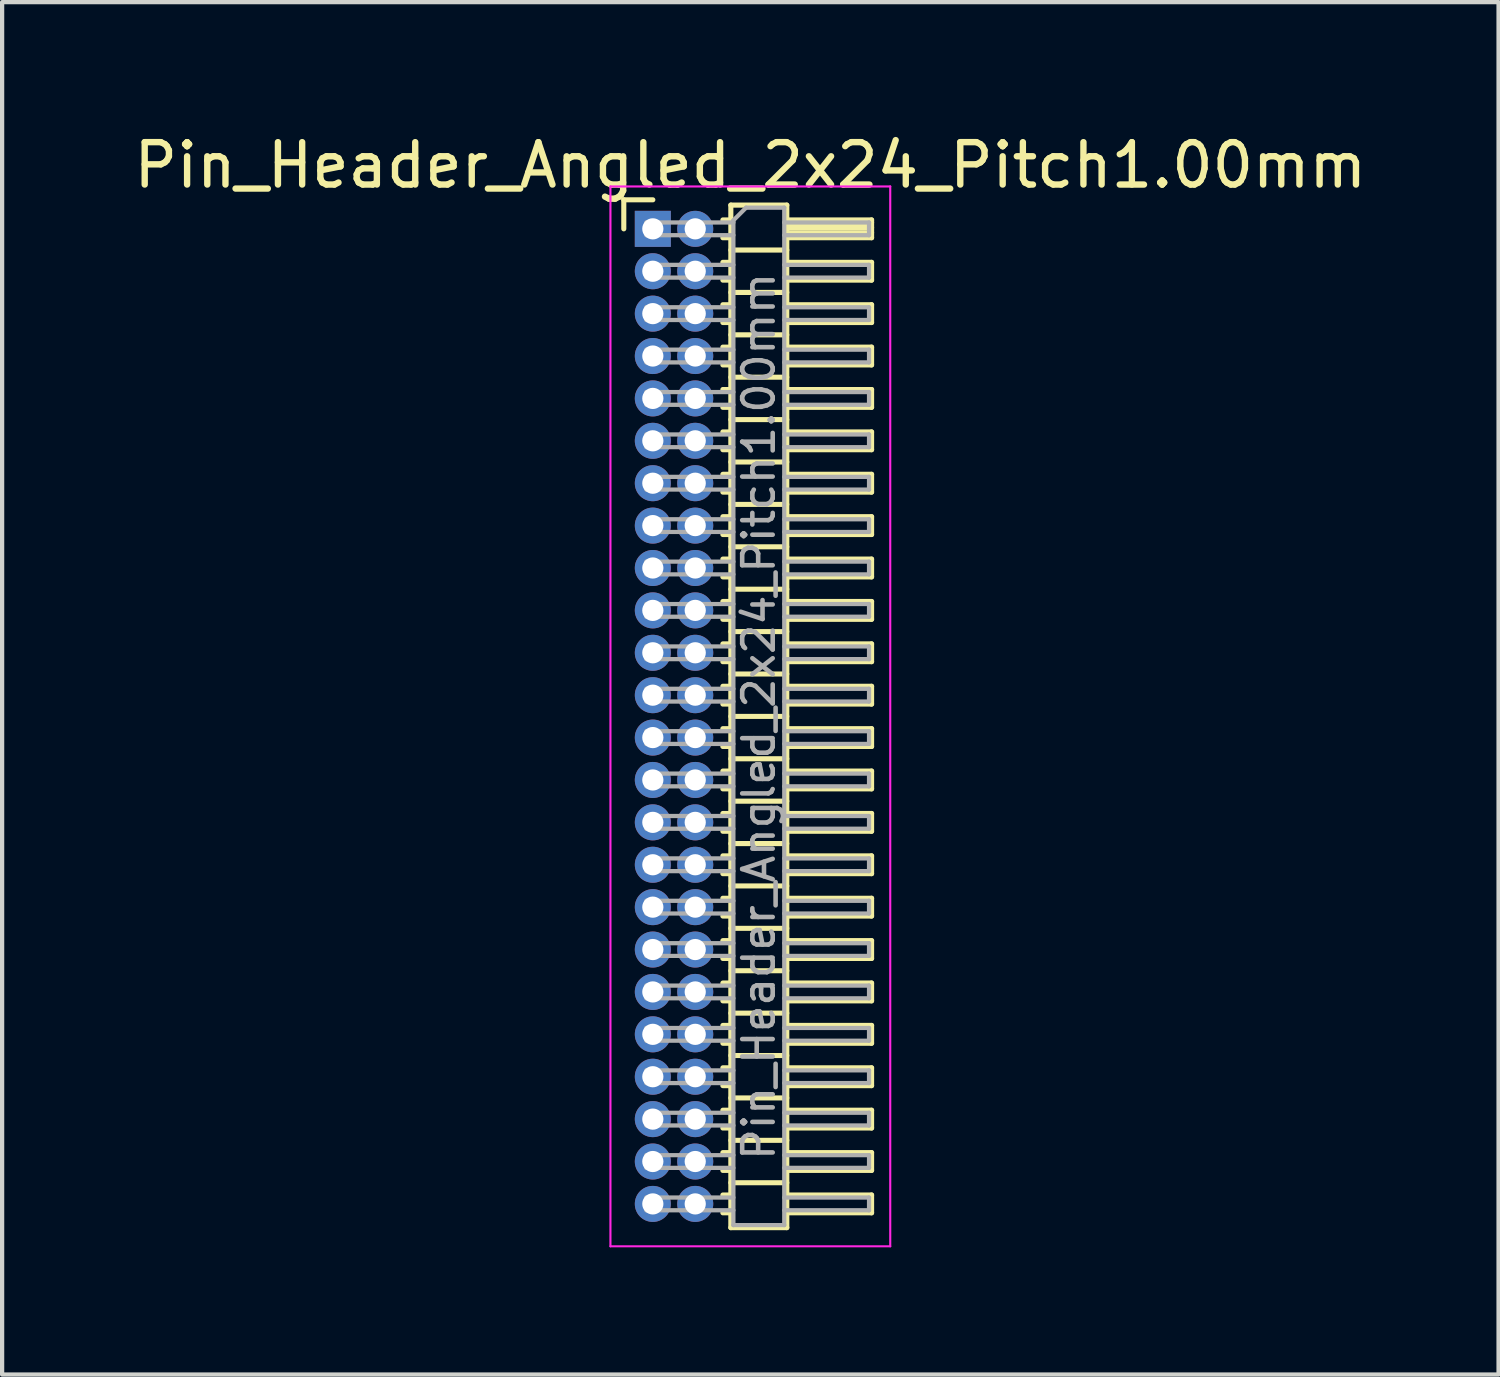
<source format=kicad_pcb>
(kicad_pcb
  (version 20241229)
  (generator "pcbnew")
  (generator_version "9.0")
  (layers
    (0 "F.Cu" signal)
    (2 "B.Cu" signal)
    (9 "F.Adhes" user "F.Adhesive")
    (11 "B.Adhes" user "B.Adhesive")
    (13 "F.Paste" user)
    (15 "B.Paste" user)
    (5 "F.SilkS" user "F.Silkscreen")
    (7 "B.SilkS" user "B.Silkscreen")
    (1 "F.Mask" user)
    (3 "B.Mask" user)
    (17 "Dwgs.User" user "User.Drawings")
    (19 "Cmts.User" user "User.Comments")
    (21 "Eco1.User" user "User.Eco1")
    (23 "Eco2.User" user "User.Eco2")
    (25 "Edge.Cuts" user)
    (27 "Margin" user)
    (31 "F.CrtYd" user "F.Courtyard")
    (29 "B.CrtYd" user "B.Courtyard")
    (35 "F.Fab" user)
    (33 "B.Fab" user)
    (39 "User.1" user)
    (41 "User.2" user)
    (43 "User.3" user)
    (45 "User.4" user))
  (footprint "Pin_Header_Angled_2x24_Pitch1.00mm"
    (layer "F.Cu")
    (at 12.349 2.348)
    (property "Reference" "Pin_Header_Angled_2x24_Pitch1.00mm" (at 2.3 -1.5 0) (layer "F.SilkS") (effects (font (size 1 1) (thickness 0.15))))
    (attr through_hole)
    (fp_line (start -0.685 -0.685) (end 0 -0.685) (stroke (width 0.12) (type solid)) (layer "F.SilkS"))
    (fp_line (start -0.685 0) (end -0.685 -0.685) (stroke (width 0.12) (type solid)) (layer "F.SilkS"))
    (fp_line (start 1.652 -0.21) (end 1.84 -0.21) (stroke (width 0.12) (type solid)) (layer "F.SilkS"))
    (fp_line (start 1.652 0.21) (end 1.84 0.21) (stroke (width 0.12) (type solid)) (layer "F.SilkS"))
    (fp_line (start 1.652 0.79) (end 1.84 0.79) (stroke (width 0.12) (type solid)) (layer "F.SilkS"))
    (fp_line (start 1.652 1.21) (end 1.84 1.21) (stroke (width 0.12) (type solid)) (layer "F.SilkS"))
    (fp_line (start 1.652 1.79) (end 1.84 1.79) (stroke (width 0.12) (type solid)) (layer "F.SilkS"))
    (fp_line (start 1.652 2.21) (end 1.84 2.21) (stroke (width 0.12) (type solid)) (layer "F.SilkS"))
    (fp_line (start 1.652 2.79) (end 1.84 2.79) (stroke (width 0.12) (type solid)) (layer "F.SilkS"))
    (fp_line (start 1.652 3.21) (end 1.84 3.21) (stroke (width 0.12) (type solid)) (layer "F.SilkS"))
    (fp_line (start 1.652 3.79) (end 1.84 3.79) (stroke (width 0.12) (type solid)) (layer "F.SilkS"))
    (fp_line (start 1.652 4.21) (end 1.84 4.21) (stroke (width 0.12) (type solid)) (layer "F.SilkS"))
    (fp_line (start 1.652 4.79) (end 1.84 4.79) (stroke (width 0.12) (type solid)) (layer "F.SilkS"))
    (fp_line (start 1.652 5.21) (end 1.84 5.21) (stroke (width 0.12) (type solid)) (layer "F.SilkS"))
    (fp_line (start 1.652 5.79) (end 1.84 5.79) (stroke (width 0.12) (type solid)) (layer "F.SilkS"))
    (fp_line (start 1.652 6.21) (end 1.84 6.21) (stroke (width 0.12) (type solid)) (layer "F.SilkS"))
    (fp_line (start 1.652 6.79) (end 1.84 6.79) (stroke (width 0.12) (type solid)) (layer "F.SilkS"))
    (fp_line (start 1.652 7.21) (end 1.84 7.21) (stroke (width 0.12) (type solid)) (layer "F.SilkS"))
    (fp_line (start 1.652 7.79) (end 1.84 7.79) (stroke (width 0.12) (type solid)) (layer "F.SilkS"))
    (fp_line (start 1.652 8.21) (end 1.84 8.21) (stroke (width 0.12) (type solid)) (layer "F.SilkS"))
    (fp_line (start 1.652 8.79) (end 1.84 8.79) (stroke (width 0.12) (type solid)) (layer "F.SilkS"))
    (fp_line (start 1.652 9.21) (end 1.84 9.21) (stroke (width 0.12) (type solid)) (layer "F.SilkS"))
    (fp_line (start 1.652 9.79) (end 1.84 9.79) (stroke (width 0.12) (type solid)) (layer "F.SilkS"))
    (fp_line (start 1.652 10.21) (end 1.84 10.21) (stroke (width 0.12) (type solid)) (layer "F.SilkS"))
    (fp_line (start 1.652 10.79) (end 1.84 10.79) (stroke (width 0.12) (type solid)) (layer "F.SilkS"))
    (fp_line (start 1.652 11.21) (end 1.84 11.21) (stroke (width 0.12) (type solid)) (layer "F.SilkS"))
    (fp_line (start 1.652 11.79) (end 1.84 11.79) (stroke (width 0.12) (type solid)) (layer "F.SilkS"))
    (fp_line (start 1.652 12.21) (end 1.84 12.21) (stroke (width 0.12) (type solid)) (layer "F.SilkS"))
    (fp_line (start 1.652 12.79) (end 1.84 12.79) (stroke (width 0.12) (type solid)) (layer "F.SilkS"))
    (fp_line (start 1.652 13.21) (end 1.84 13.21) (stroke (width 0.12) (type solid)) (layer "F.SilkS"))
    (fp_line (start 1.652 13.79) (end 1.84 13.79) (stroke (width 0.12) (type solid)) (layer "F.SilkS"))
    (fp_line (start 1.652 14.21) (end 1.84 14.21) (stroke (width 0.12) (type solid)) (layer "F.SilkS"))
    (fp_line (start 1.652 14.79) (end 1.84 14.79) (stroke (width 0.12) (type solid)) (layer "F.SilkS"))
    (fp_line (start 1.652 15.21) (end 1.84 15.21) (stroke (width 0.12) (type solid)) (layer "F.SilkS"))
    (fp_line (start 1.652 15.79) (end 1.84 15.79) (stroke (width 0.12) (type solid)) (layer "F.SilkS"))
    (fp_line (start 1.652 16.21) (end 1.84 16.21) (stroke (width 0.12) (type solid)) (layer "F.SilkS"))
    (fp_line (start 1.652 16.79) (end 1.84 16.79) (stroke (width 0.12) (type solid)) (layer "F.SilkS"))
    (fp_line (start 1.652 17.21) (end 1.84 17.21) (stroke (width 0.12) (type solid)) (layer "F.SilkS"))
    (fp_line (start 1.652 17.79) (end 1.84 17.79) (stroke (width 0.12) (type solid)) (layer "F.SilkS"))
    (fp_line (start 1.652 18.21) (end 1.84 18.21) (stroke (width 0.12) (type solid)) (layer "F.SilkS"))
    (fp_line (start 1.652 18.79) (end 1.84 18.79) (stroke (width 0.12) (type solid)) (layer "F.SilkS"))
    (fp_line (start 1.652 19.21) (end 1.84 19.21) (stroke (width 0.12) (type solid)) (layer "F.SilkS"))
    (fp_line (start 1.652 19.79) (end 1.84 19.79) (stroke (width 0.12) (type solid)) (layer "F.SilkS"))
    (fp_line (start 1.652 20.21) (end 1.84 20.21) (stroke (width 0.12) (type solid)) (layer "F.SilkS"))
    (fp_line (start 1.652 20.79) (end 1.84 20.79) (stroke (width 0.12) (type solid)) (layer "F.SilkS"))
    (fp_line (start 1.652 21.21) (end 1.84 21.21) (stroke (width 0.12) (type solid)) (layer "F.SilkS"))
    (fp_line (start 1.652 21.79) (end 1.84 21.79) (stroke (width 0.12) (type solid)) (layer "F.SilkS"))
    (fp_line (start 1.652 22.21) (end 1.84 22.21) (stroke (width 0.12) (type solid)) (layer "F.SilkS"))
    (fp_line (start 1.652 22.79) (end 1.84 22.79) (stroke (width 0.12) (type solid)) (layer "F.SilkS"))
    (fp_line (start 1.652 23.21) (end 1.84 23.21) (stroke (width 0.12) (type solid)) (layer "F.SilkS"))
    (fp_line (start 1.84 -0.56) (end 1.84 23.56) (stroke (width 0.12) (type solid)) (layer "F.SilkS"))
    (fp_line (start 1.84 0.5) (end 3.16 0.5) (stroke (width 0.12) (type solid)) (layer "F.SilkS"))
    (fp_line (start 1.84 1.5) (end 3.16 1.5) (stroke (width 0.12) (type solid)) (layer "F.SilkS"))
    (fp_line (start 1.84 2.5) (end 3.16 2.5) (stroke (width 0.12) (type solid)) (layer "F.SilkS"))
    (fp_line (start 1.84 3.5) (end 3.16 3.5) (stroke (width 0.12) (type solid)) (layer "F.SilkS"))
    (fp_line (start 1.84 4.5) (end 3.16 4.5) (stroke (width 0.12) (type solid)) (layer "F.SilkS"))
    (fp_line (start 1.84 5.5) (end 3.16 5.5) (stroke (width 0.12) (type solid)) (layer "F.SilkS"))
    (fp_line (start 1.84 6.5) (end 3.16 6.5) (stroke (width 0.12) (type solid)) (layer "F.SilkS"))
    (fp_line (start 1.84 7.5) (end 3.16 7.5) (stroke (width 0.12) (type solid)) (layer "F.SilkS"))
    (fp_line (start 1.84 8.5) (end 3.16 8.5) (stroke (width 0.12) (type solid)) (layer "F.SilkS"))
    (fp_line (start 1.84 9.5) (end 3.16 9.5) (stroke (width 0.12) (type solid)) (layer "F.SilkS"))
    (fp_line (start 1.84 10.5) (end 3.16 10.5) (stroke (width 0.12) (type solid)) (layer "F.SilkS"))
    (fp_line (start 1.84 11.5) (end 3.16 11.5) (stroke (width 0.12) (type solid)) (layer "F.SilkS"))
    (fp_line (start 1.84 12.5) (end 3.16 12.5) (stroke (width 0.12) (type solid)) (layer "F.SilkS"))
    (fp_line (start 1.84 13.5) (end 3.16 13.5) (stroke (width 0.12) (type solid)) (layer "F.SilkS"))
    (fp_line (start 1.84 14.5) (end 3.16 14.5) (stroke (width 0.12) (type solid)) (layer "F.SilkS"))
    (fp_line (start 1.84 15.5) (end 3.16 15.5) (stroke (width 0.12) (type solid)) (layer "F.SilkS"))
    (fp_line (start 1.84 16.5) (end 3.16 16.5) (stroke (width 0.12) (type solid)) (layer "F.SilkS"))
    (fp_line (start 1.84 17.5) (end 3.16 17.5) (stroke (width 0.12) (type solid)) (layer "F.SilkS"))
    (fp_line (start 1.84 18.5) (end 3.16 18.5) (stroke (width 0.12) (type solid)) (layer "F.SilkS"))
    (fp_line (start 1.84 19.5) (end 3.16 19.5) (stroke (width 0.12) (type solid)) (layer "F.SilkS"))
    (fp_line (start 1.84 20.5) (end 3.16 20.5) (stroke (width 0.12) (type solid)) (layer "F.SilkS"))
    (fp_line (start 1.84 21.5) (end 3.16 21.5) (stroke (width 0.12) (type solid)) (layer "F.SilkS"))
    (fp_line (start 1.84 22.5) (end 3.16 22.5) (stroke (width 0.12) (type solid)) (layer "F.SilkS"))
    (fp_line (start 1.84 23.56) (end 3.16 23.56) (stroke (width 0.12) (type solid)) (layer "F.SilkS"))
    (fp_line (start 3.16 -0.56) (end 1.84 -0.56) (stroke (width 0.12) (type solid)) (layer "F.SilkS"))
    (fp_line (start 3.16 -0.21) (end 5.16 -0.21) (stroke (width 0.12) (type solid)) (layer "F.SilkS"))
    (fp_line (start 3.16 -0.15) (end 5.16 -0.15) (stroke (width 0.12) (type solid)) (layer "F.SilkS"))
    (fp_line (start 3.16 -0.03) (end 5.16 -0.03) (stroke (width 0.12) (type solid)) (layer "F.SilkS"))
    (fp_line (start 3.16 0.09) (end 5.16 0.09) (stroke (width 0.12) (type solid)) (layer "F.SilkS"))
    (fp_line (start 3.16 0.79) (end 5.16 0.79) (stroke (width 0.12) (type solid)) (layer "F.SilkS"))
    (fp_line (start 3.16 1.79) (end 5.16 1.79) (stroke (width 0.12) (type solid)) (layer "F.SilkS"))
    (fp_line (start 3.16 2.79) (end 5.16 2.79) (stroke (width 0.12) (type solid)) (layer "F.SilkS"))
    (fp_line (start 3.16 3.79) (end 5.16 3.79) (stroke (width 0.12) (type solid)) (layer "F.SilkS"))
    (fp_line (start 3.16 4.79) (end 5.16 4.79) (stroke (width 0.12) (type solid)) (layer "F.SilkS"))
    (fp_line (start 3.16 5.79) (end 5.16 5.79) (stroke (width 0.12) (type solid)) (layer "F.SilkS"))
    (fp_line (start 3.16 6.79) (end 5.16 6.79) (stroke (width 0.12) (type solid)) (layer "F.SilkS"))
    (fp_line (start 3.16 7.79) (end 5.16 7.79) (stroke (width 0.12) (type solid)) (layer "F.SilkS"))
    (fp_line (start 3.16 8.79) (end 5.16 8.79) (stroke (width 0.12) (type solid)) (layer "F.SilkS"))
    (fp_line (start 3.16 9.79) (end 5.16 9.79) (stroke (width 0.12) (type solid)) (layer "F.SilkS"))
    (fp_line (start 3.16 10.79) (end 5.16 10.79) (stroke (width 0.12) (type solid)) (layer "F.SilkS"))
    (fp_line (start 3.16 11.79) (end 5.16 11.79) (stroke (width 0.12) (type solid)) (layer "F.SilkS"))
    (fp_line (start 3.16 12.79) (end 5.16 12.79) (stroke (width 0.12) (type solid)) (layer "F.SilkS"))
    (fp_line (start 3.16 13.79) (end 5.16 13.79) (stroke (width 0.12) (type solid)) (layer "F.SilkS"))
    (fp_line (start 3.16 14.79) (end 5.16 14.79) (stroke (width 0.12) (type solid)) (layer "F.SilkS"))
    (fp_line (start 3.16 15.79) (end 5.16 15.79) (stroke (width 0.12) (type solid)) (layer "F.SilkS"))
    (fp_line (start 3.16 16.79) (end 5.16 16.79) (stroke (width 0.12) (type solid)) (layer "F.SilkS"))
    (fp_line (start 3.16 17.79) (end 5.16 17.79) (stroke (width 0.12) (type solid)) (layer "F.SilkS"))
    (fp_line (start 3.16 18.79) (end 5.16 18.79) (stroke (width 0.12) (type solid)) (layer "F.SilkS"))
    (fp_line (start 3.16 19.79) (end 5.16 19.79) (stroke (width 0.12) (type solid)) (layer "F.SilkS"))
    (fp_line (start 3.16 20.79) (end 5.16 20.79) (stroke (width 0.12) (type solid)) (layer "F.SilkS"))
    (fp_line (start 3.16 21.79) (end 5.16 21.79) (stroke (width 0.12) (type solid)) (layer "F.SilkS"))
    (fp_line (start 3.16 22.79) (end 5.16 22.79) (stroke (width 0.12) (type solid)) (layer "F.SilkS"))
    (fp_line (start 3.16 23.56) (end 3.16 -0.56) (stroke (width 0.12) (type solid)) (layer "F.SilkS"))
    (fp_line (start 5.16 -0.21) (end 5.16 0.21) (stroke (width 0.12) (type solid)) (layer "F.SilkS"))
    (fp_line (start 5.16 0.21) (end 3.16 0.21) (stroke (width 0.12) (type solid)) (layer "F.SilkS"))
    (fp_line (start 5.16 0.79) (end 5.16 1.21) (stroke (width 0.12) (type solid)) (layer "F.SilkS"))
    (fp_line (start 5.16 1.21) (end 3.16 1.21) (stroke (width 0.12) (type solid)) (layer "F.SilkS"))
    (fp_line (start 5.16 1.79) (end 5.16 2.21) (stroke (width 0.12) (type solid)) (layer "F.SilkS"))
    (fp_line (start 5.16 2.21) (end 3.16 2.21) (stroke (width 0.12) (type solid)) (layer "F.SilkS"))
    (fp_line (start 5.16 2.79) (end 5.16 3.21) (stroke (width 0.12) (type solid)) (layer "F.SilkS"))
    (fp_line (start 5.16 3.21) (end 3.16 3.21) (stroke (width 0.12) (type solid)) (layer "F.SilkS"))
    (fp_line (start 5.16 3.79) (end 5.16 4.21) (stroke (width 0.12) (type solid)) (layer "F.SilkS"))
    (fp_line (start 5.16 4.21) (end 3.16 4.21) (stroke (width 0.12) (type solid)) (layer "F.SilkS"))
    (fp_line (start 5.16 4.79) (end 5.16 5.21) (stroke (width 0.12) (type solid)) (layer "F.SilkS"))
    (fp_line (start 5.16 5.21) (end 3.16 5.21) (stroke (width 0.12) (type solid)) (layer "F.SilkS"))
    (fp_line (start 5.16 5.79) (end 5.16 6.21) (stroke (width 0.12) (type solid)) (layer "F.SilkS"))
    (fp_line (start 5.16 6.21) (end 3.16 6.21) (stroke (width 0.12) (type solid)) (layer "F.SilkS"))
    (fp_line (start 5.16 6.79) (end 5.16 7.21) (stroke (width 0.12) (type solid)) (layer "F.SilkS"))
    (fp_line (start 5.16 7.21) (end 3.16 7.21) (stroke (width 0.12) (type solid)) (layer "F.SilkS"))
    (fp_line (start 5.16 7.79) (end 5.16 8.21) (stroke (width 0.12) (type solid)) (layer "F.SilkS"))
    (fp_line (start 5.16 8.21) (end 3.16 8.21) (stroke (width 0.12) (type solid)) (layer "F.SilkS"))
    (fp_line (start 5.16 8.79) (end 5.16 9.21) (stroke (width 0.12) (type solid)) (layer "F.SilkS"))
    (fp_line (start 5.16 9.21) (end 3.16 9.21) (stroke (width 0.12) (type solid)) (layer "F.SilkS"))
    (fp_line (start 5.16 9.79) (end 5.16 10.21) (stroke (width 0.12) (type solid)) (layer "F.SilkS"))
    (fp_line (start 5.16 10.21) (end 3.16 10.21) (stroke (width 0.12) (type solid)) (layer "F.SilkS"))
    (fp_line (start 5.16 10.79) (end 5.16 11.21) (stroke (width 0.12) (type solid)) (layer "F.SilkS"))
    (fp_line (start 5.16 11.21) (end 3.16 11.21) (stroke (width 0.12) (type solid)) (layer "F.SilkS"))
    (fp_line (start 5.16 11.79) (end 5.16 12.21) (stroke (width 0.12) (type solid)) (layer "F.SilkS"))
    (fp_line (start 5.16 12.21) (end 3.16 12.21) (stroke (width 0.12) (type solid)) (layer "F.SilkS"))
    (fp_line (start 5.16 12.79) (end 5.16 13.21) (stroke (width 0.12) (type solid)) (layer "F.SilkS"))
    (fp_line (start 5.16 13.21) (end 3.16 13.21) (stroke (width 0.12) (type solid)) (layer "F.SilkS"))
    (fp_line (start 5.16 13.79) (end 5.16 14.21) (stroke (width 0.12) (type solid)) (layer "F.SilkS"))
    (fp_line (start 5.16 14.21) (end 3.16 14.21) (stroke (width 0.12) (type solid)) (layer "F.SilkS"))
    (fp_line (start 5.16 14.79) (end 5.16 15.21) (stroke (width 0.12) (type solid)) (layer "F.SilkS"))
    (fp_line (start 5.16 15.21) (end 3.16 15.21) (stroke (width 0.12) (type solid)) (layer "F.SilkS"))
    (fp_line (start 5.16 15.79) (end 5.16 16.21) (stroke (width 0.12) (type solid)) (layer "F.SilkS"))
    (fp_line (start 5.16 16.21) (end 3.16 16.21) (stroke (width 0.12) (type solid)) (layer "F.SilkS"))
    (fp_line (start 5.16 16.79) (end 5.16 17.21) (stroke (width 0.12) (type solid)) (layer "F.SilkS"))
    (fp_line (start 5.16 17.21) (end 3.16 17.21) (stroke (width 0.12) (type solid)) (layer "F.SilkS"))
    (fp_line (start 5.16 17.79) (end 5.16 18.21) (stroke (width 0.12) (type solid)) (layer "F.SilkS"))
    (fp_line (start 5.16 18.21) (end 3.16 18.21) (stroke (width 0.12) (type solid)) (layer "F.SilkS"))
    (fp_line (start 5.16 18.79) (end 5.16 19.21) (stroke (width 0.12) (type solid)) (layer "F.SilkS"))
    (fp_line (start 5.16 19.21) (end 3.16 19.21) (stroke (width 0.12) (type solid)) (layer "F.SilkS"))
    (fp_line (start 5.16 19.79) (end 5.16 20.21) (stroke (width 0.12) (type solid)) (layer "F.SilkS"))
    (fp_line (start 5.16 20.21) (end 3.16 20.21) (stroke (width 0.12) (type solid)) (layer "F.SilkS"))
    (fp_line (start 5.16 20.79) (end 5.16 21.21) (stroke (width 0.12) (type solid)) (layer "F.SilkS"))
    (fp_line (start 5.16 21.21) (end 3.16 21.21) (stroke (width 0.12) (type solid)) (layer "F.SilkS"))
    (fp_line (start 5.16 21.79) (end 5.16 22.21) (stroke (width 0.12) (type solid)) (layer "F.SilkS"))
    (fp_line (start 5.16 22.21) (end 3.16 22.21) (stroke (width 0.12) (type solid)) (layer "F.SilkS"))
    (fp_line (start 5.16 22.79) (end 5.16 23.21) (stroke (width 0.12) (type solid)) (layer "F.SilkS"))
    (fp_line (start 5.16 23.21) (end 3.16 23.21) (stroke (width 0.12) (type solid)) (layer "F.SilkS"))
    (fp_line (start -1 -1) (end -1 24) (stroke (width 0.05) (type solid)) (layer "F.CrtYd"))
    (fp_line (start -1 24) (end 5.6 24) (stroke (width 0.05) (type solid)) (layer "F.CrtYd"))
    (fp_line (start 5.6 -1) (end -1 -1) (stroke (width 0.05) (type solid)) (layer "F.CrtYd"))
    (fp_line (start 5.6 24) (end 5.6 -1) (stroke (width 0.05) (type solid)) (layer "F.CrtYd"))
    (fp_line (start -0.15 -0.15) (end -0.15 0.15) (stroke (width 0.1) (type solid)) (layer "F.Fab"))
    (fp_line (start -0.15 -0.15) (end 1.9 -0.15) (stroke (width 0.1) (type solid)) (layer "F.Fab"))
    (fp_line (start -0.15 0.15) (end 1.9 0.15) (stroke (width 0.1) (type solid)) (layer "F.Fab"))
    (fp_line (start -0.15 0.85) (end -0.15 1.15) (stroke (width 0.1) (type solid)) (layer "F.Fab"))
    (fp_line (start -0.15 0.85) (end 1.9 0.85) (stroke (width 0.1) (type solid)) (layer "F.Fab"))
    (fp_line (start -0.15 1.15) (end 1.9 1.15) (stroke (width 0.1) (type solid)) (layer "F.Fab"))
    (fp_line (start -0.15 1.85) (end -0.15 2.15) (stroke (width 0.1) (type solid)) (layer "F.Fab"))
    (fp_line (start -0.15 1.85) (end 1.9 1.85) (stroke (width 0.1) (type solid)) (layer "F.Fab"))
    (fp_line (start -0.15 2.15) (end 1.9 2.15) (stroke (width 0.1) (type solid)) (layer "F.Fab"))
    (fp_line (start -0.15 2.85) (end -0.15 3.15) (stroke (width 0.1) (type solid)) (layer "F.Fab"))
    (fp_line (start -0.15 2.85) (end 1.9 2.85) (stroke (width 0.1) (type solid)) (layer "F.Fab"))
    (fp_line (start -0.15 3.15) (end 1.9 3.15) (stroke (width 0.1) (type solid)) (layer "F.Fab"))
    (fp_line (start -0.15 3.85) (end -0.15 4.15) (stroke (width 0.1) (type solid)) (layer "F.Fab"))
    (fp_line (start -0.15 3.85) (end 1.9 3.85) (stroke (width 0.1) (type solid)) (layer "F.Fab"))
    (fp_line (start -0.15 4.15) (end 1.9 4.15) (stroke (width 0.1) (type solid)) (layer "F.Fab"))
    (fp_line (start -0.15 4.85) (end -0.15 5.15) (stroke (width 0.1) (type solid)) (layer "F.Fab"))
    (fp_line (start -0.15 4.85) (end 1.9 4.85) (stroke (width 0.1) (type solid)) (layer "F.Fab"))
    (fp_line (start -0.15 5.15) (end 1.9 5.15) (stroke (width 0.1) (type solid)) (layer "F.Fab"))
    (fp_line (start -0.15 5.85) (end -0.15 6.15) (stroke (width 0.1) (type solid)) (layer "F.Fab"))
    (fp_line (start -0.15 5.85) (end 1.9 5.85) (stroke (width 0.1) (type solid)) (layer "F.Fab"))
    (fp_line (start -0.15 6.15) (end 1.9 6.15) (stroke (width 0.1) (type solid)) (layer "F.Fab"))
    (fp_line (start -0.15 6.85) (end -0.15 7.15) (stroke (width 0.1) (type solid)) (layer "F.Fab"))
    (fp_line (start -0.15 6.85) (end 1.9 6.85) (stroke (width 0.1) (type solid)) (layer "F.Fab"))
    (fp_line (start -0.15 7.15) (end 1.9 7.15) (stroke (width 0.1) (type solid)) (layer "F.Fab"))
    (fp_line (start -0.15 7.85) (end -0.15 8.15) (stroke (width 0.1) (type solid)) (layer "F.Fab"))
    (fp_line (start -0.15 7.85) (end 1.9 7.85) (stroke (width 0.1) (type solid)) (layer "F.Fab"))
    (fp_line (start -0.15 8.15) (end 1.9 8.15) (stroke (width 0.1) (type solid)) (layer "F.Fab"))
    (fp_line (start -0.15 8.85) (end -0.15 9.15) (stroke (width 0.1) (type solid)) (layer "F.Fab"))
    (fp_line (start -0.15 8.85) (end 1.9 8.85) (stroke (width 0.1) (type solid)) (layer "F.Fab"))
    (fp_line (start -0.15 9.15) (end 1.9 9.15) (stroke (width 0.1) (type solid)) (layer "F.Fab"))
    (fp_line (start -0.15 9.85) (end -0.15 10.15) (stroke (width 0.1) (type solid)) (layer "F.Fab"))
    (fp_line (start -0.15 9.85) (end 1.9 9.85) (stroke (width 0.1) (type solid)) (layer "F.Fab"))
    (fp_line (start -0.15 10.15) (end 1.9 10.15) (stroke (width 0.1) (type solid)) (layer "F.Fab"))
    (fp_line (start -0.15 10.85) (end -0.15 11.15) (stroke (width 0.1) (type solid)) (layer "F.Fab"))
    (fp_line (start -0.15 10.85) (end 1.9 10.85) (stroke (width 0.1) (type solid)) (layer "F.Fab"))
    (fp_line (start -0.15 11.15) (end 1.9 11.15) (stroke (width 0.1) (type solid)) (layer "F.Fab"))
    (fp_line (start -0.15 11.85) (end -0.15 12.15) (stroke (width 0.1) (type solid)) (layer "F.Fab"))
    (fp_line (start -0.15 11.85) (end 1.9 11.85) (stroke (width 0.1) (type solid)) (layer "F.Fab"))
    (fp_line (start -0.15 12.15) (end 1.9 12.15) (stroke (width 0.1) (type solid)) (layer "F.Fab"))
    (fp_line (start -0.15 12.85) (end -0.15 13.15) (stroke (width 0.1) (type solid)) (layer "F.Fab"))
    (fp_line (start -0.15 12.85) (end 1.9 12.85) (stroke (width 0.1) (type solid)) (layer "F.Fab"))
    (fp_line (start -0.15 13.15) (end 1.9 13.15) (stroke (width 0.1) (type solid)) (layer "F.Fab"))
    (fp_line (start -0.15 13.85) (end -0.15 14.15) (stroke (width 0.1) (type solid)) (layer "F.Fab"))
    (fp_line (start -0.15 13.85) (end 1.9 13.85) (stroke (width 0.1) (type solid)) (layer "F.Fab"))
    (fp_line (start -0.15 14.15) (end 1.9 14.15) (stroke (width 0.1) (type solid)) (layer "F.Fab"))
    (fp_line (start -0.15 14.85) (end -0.15 15.15) (stroke (width 0.1) (type solid)) (layer "F.Fab"))
    (fp_line (start -0.15 14.85) (end 1.9 14.85) (stroke (width 0.1) (type solid)) (layer "F.Fab"))
    (fp_line (start -0.15 15.15) (end 1.9 15.15) (stroke (width 0.1) (type solid)) (layer "F.Fab"))
    (fp_line (start -0.15 15.85) (end -0.15 16.15) (stroke (width 0.1) (type solid)) (layer "F.Fab"))
    (fp_line (start -0.15 15.85) (end 1.9 15.85) (stroke (width 0.1) (type solid)) (layer "F.Fab"))
    (fp_line (start -0.15 16.15) (end 1.9 16.15) (stroke (width 0.1) (type solid)) (layer "F.Fab"))
    (fp_line (start -0.15 16.85) (end -0.15 17.15) (stroke (width 0.1) (type solid)) (layer "F.Fab"))
    (fp_line (start -0.15 16.85) (end 1.9 16.85) (stroke (width 0.1) (type solid)) (layer "F.Fab"))
    (fp_line (start -0.15 17.15) (end 1.9 17.15) (stroke (width 0.1) (type solid)) (layer "F.Fab"))
    (fp_line (start -0.15 17.85) (end -0.15 18.15) (stroke (width 0.1) (type solid)) (layer "F.Fab"))
    (fp_line (start -0.15 17.85) (end 1.9 17.85) (stroke (width 0.1) (type solid)) (layer "F.Fab"))
    (fp_line (start -0.15 18.15) (end 1.9 18.15) (stroke (width 0.1) (type solid)) (layer "F.Fab"))
    (fp_line (start -0.15 18.85) (end -0.15 19.15) (stroke (width 0.1) (type solid)) (layer "F.Fab"))
    (fp_line (start -0.15 18.85) (end 1.9 18.85) (stroke (width 0.1) (type solid)) (layer "F.Fab"))
    (fp_line (start -0.15 19.15) (end 1.9 19.15) (stroke (width 0.1) (type solid)) (layer "F.Fab"))
    (fp_line (start -0.15 19.85) (end -0.15 20.15) (stroke (width 0.1) (type solid)) (layer "F.Fab"))
    (fp_line (start -0.15 19.85) (end 1.9 19.85) (stroke (width 0.1) (type solid)) (layer "F.Fab"))
    (fp_line (start -0.15 20.15) (end 1.9 20.15) (stroke (width 0.1) (type solid)) (layer "F.Fab"))
    (fp_line (start -0.15 20.85) (end -0.15 21.15) (stroke (width 0.1) (type solid)) (layer "F.Fab"))
    (fp_line (start -0.15 20.85) (end 1.9 20.85) (stroke (width 0.1) (type solid)) (layer "F.Fab"))
    (fp_line (start -0.15 21.15) (end 1.9 21.15) (stroke (width 0.1) (type solid)) (layer "F.Fab"))
    (fp_line (start -0.15 21.85) (end -0.15 22.15) (stroke (width 0.1) (type solid)) (layer "F.Fab"))
    (fp_line (start -0.15 21.85) (end 1.9 21.85) (stroke (width 0.1) (type solid)) (layer "F.Fab"))
    (fp_line (start -0.15 22.15) (end 1.9 22.15) (stroke (width 0.1) (type solid)) (layer "F.Fab"))
    (fp_line (start -0.15 22.85) (end -0.15 23.15) (stroke (width 0.1) (type solid)) (layer "F.Fab"))
    (fp_line (start -0.15 22.85) (end 1.9 22.85) (stroke (width 0.1) (type solid)) (layer "F.Fab"))
    (fp_line (start -0.15 23.15) (end 1.9 23.15) (stroke (width 0.1) (type solid)) (layer "F.Fab"))
    (fp_line (start 1.9 -0.2) (end 2.2 -0.5) (stroke (width 0.1) (type solid)) (layer "F.Fab"))
    (fp_line (start 1.9 23.5) (end 1.9 -0.2) (stroke (width 0.1) (type solid)) (layer "F.Fab"))
    (fp_line (start 2.2 -0.5) (end 3.1 -0.5) (stroke (width 0.1) (type solid)) (layer "F.Fab"))
    (fp_line (start 3.1 -0.5) (end 3.1 23.5) (stroke (width 0.1) (type solid)) (layer "F.Fab"))
    (fp_line (start 3.1 -0.15) (end 5.1 -0.15) (stroke (width 0.1) (type solid)) (layer "F.Fab"))
    (fp_line (start 3.1 0.15) (end 5.1 0.15) (stroke (width 0.1) (type solid)) (layer "F.Fab"))
    (fp_line (start 3.1 0.85) (end 5.1 0.85) (stroke (width 0.1) (type solid)) (layer "F.Fab"))
    (fp_line (start 3.1 1.15) (end 5.1 1.15) (stroke (width 0.1) (type solid)) (layer "F.Fab"))
    (fp_line (start 3.1 1.85) (end 5.1 1.85) (stroke (width 0.1) (type solid)) (layer "F.Fab"))
    (fp_line (start 3.1 2.15) (end 5.1 2.15) (stroke (width 0.1) (type solid)) (layer "F.Fab"))
    (fp_line (start 3.1 2.85) (end 5.1 2.85) (stroke (width 0.1) (type solid)) (layer "F.Fab"))
    (fp_line (start 3.1 3.15) (end 5.1 3.15) (stroke (width 0.1) (type solid)) (layer "F.Fab"))
    (fp_line (start 3.1 3.85) (end 5.1 3.85) (stroke (width 0.1) (type solid)) (layer "F.Fab"))
    (fp_line (start 3.1 4.15) (end 5.1 4.15) (stroke (width 0.1) (type solid)) (layer "F.Fab"))
    (fp_line (start 3.1 4.85) (end 5.1 4.85) (stroke (width 0.1) (type solid)) (layer "F.Fab"))
    (fp_line (start 3.1 5.15) (end 5.1 5.15) (stroke (width 0.1) (type solid)) (layer "F.Fab"))
    (fp_line (start 3.1 5.85) (end 5.1 5.85) (stroke (width 0.1) (type solid)) (layer "F.Fab"))
    (fp_line (start 3.1 6.15) (end 5.1 6.15) (stroke (width 0.1) (type solid)) (layer "F.Fab"))
    (fp_line (start 3.1 6.85) (end 5.1 6.85) (stroke (width 0.1) (type solid)) (layer "F.Fab"))
    (fp_line (start 3.1 7.15) (end 5.1 7.15) (stroke (width 0.1) (type solid)) (layer "F.Fab"))
    (fp_line (start 3.1 7.85) (end 5.1 7.85) (stroke (width 0.1) (type solid)) (layer "F.Fab"))
    (fp_line (start 3.1 8.15) (end 5.1 8.15) (stroke (width 0.1) (type solid)) (layer "F.Fab"))
    (fp_line (start 3.1 8.85) (end 5.1 8.85) (stroke (width 0.1) (type solid)) (layer "F.Fab"))
    (fp_line (start 3.1 9.15) (end 5.1 9.15) (stroke (width 0.1) (type solid)) (layer "F.Fab"))
    (fp_line (start 3.1 9.85) (end 5.1 9.85) (stroke (width 0.1) (type solid)) (layer "F.Fab"))
    (fp_line (start 3.1 10.15) (end 5.1 10.15) (stroke (width 0.1) (type solid)) (layer "F.Fab"))
    (fp_line (start 3.1 10.85) (end 5.1 10.85) (stroke (width 0.1) (type solid)) (layer "F.Fab"))
    (fp_line (start 3.1 11.15) (end 5.1 11.15) (stroke (width 0.1) (type solid)) (layer "F.Fab"))
    (fp_line (start 3.1 11.85) (end 5.1 11.85) (stroke (width 0.1) (type solid)) (layer "F.Fab"))
    (fp_line (start 3.1 12.15) (end 5.1 12.15) (stroke (width 0.1) (type solid)) (layer "F.Fab"))
    (fp_line (start 3.1 12.85) (end 5.1 12.85) (stroke (width 0.1) (type solid)) (layer "F.Fab"))
    (fp_line (start 3.1 13.15) (end 5.1 13.15) (stroke (width 0.1) (type solid)) (layer "F.Fab"))
    (fp_line (start 3.1 13.85) (end 5.1 13.85) (stroke (width 0.1) (type solid)) (layer "F.Fab"))
    (fp_line (start 3.1 14.15) (end 5.1 14.15) (stroke (width 0.1) (type solid)) (layer "F.Fab"))
    (fp_line (start 3.1 14.85) (end 5.1 14.85) (stroke (width 0.1) (type solid)) (layer "F.Fab"))
    (fp_line (start 3.1 15.15) (end 5.1 15.15) (stroke (width 0.1) (type solid)) (layer "F.Fab"))
    (fp_line (start 3.1 15.85) (end 5.1 15.85) (stroke (width 0.1) (type solid)) (layer "F.Fab"))
    (fp_line (start 3.1 16.15) (end 5.1 16.15) (stroke (width 0.1) (type solid)) (layer "F.Fab"))
    (fp_line (start 3.1 16.85) (end 5.1 16.85) (stroke (width 0.1) (type solid)) (layer "F.Fab"))
    (fp_line (start 3.1 17.15) (end 5.1 17.15) (stroke (width 0.1) (type solid)) (layer "F.Fab"))
    (fp_line (start 3.1 17.85) (end 5.1 17.85) (stroke (width 0.1) (type solid)) (layer "F.Fab"))
    (fp_line (start 3.1 18.15) (end 5.1 18.15) (stroke (width 0.1) (type solid)) (layer "F.Fab"))
    (fp_line (start 3.1 18.85) (end 5.1 18.85) (stroke (width 0.1) (type solid)) (layer "F.Fab"))
    (fp_line (start 3.1 19.15) (end 5.1 19.15) (stroke (width 0.1) (type solid)) (layer "F.Fab"))
    (fp_line (start 3.1 19.85) (end 5.1 19.85) (stroke (width 0.1) (type solid)) (layer "F.Fab"))
    (fp_line (start 3.1 20.15) (end 5.1 20.15) (stroke (width 0.1) (type solid)) (layer "F.Fab"))
    (fp_line (start 3.1 20.85) (end 5.1 20.85) (stroke (width 0.1) (type solid)) (layer "F.Fab"))
    (fp_line (start 3.1 21.15) (end 5.1 21.15) (stroke (width 0.1) (type solid)) (layer "F.Fab"))
    (fp_line (start 3.1 21.85) (end 5.1 21.85) (stroke (width 0.1) (type solid)) (layer "F.Fab"))
    (fp_line (start 3.1 22.15) (end 5.1 22.15) (stroke (width 0.1) (type solid)) (layer "F.Fab"))
    (fp_line (start 3.1 22.85) (end 5.1 22.85) (stroke (width 0.1) (type solid)) (layer "F.Fab"))
    (fp_line (start 3.1 23.15) (end 5.1 23.15) (stroke (width 0.1) (type solid)) (layer "F.Fab"))
    (fp_line (start 3.1 23.5) (end 1.9 23.5) (stroke (width 0.1) (type solid)) (layer "F.Fab"))
    (fp_line (start 5.1 -0.15) (end 5.1 0.15) (stroke (width 0.1) (type solid)) (layer "F.Fab"))
    (fp_line (start 5.1 0.85) (end 5.1 1.15) (stroke (width 0.1) (type solid)) (layer "F.Fab"))
    (fp_line (start 5.1 1.85) (end 5.1 2.15) (stroke (width 0.1) (type solid)) (layer "F.Fab"))
    (fp_line (start 5.1 2.85) (end 5.1 3.15) (stroke (width 0.1) (type solid)) (layer "F.Fab"))
    (fp_line (start 5.1 3.85) (end 5.1 4.15) (stroke (width 0.1) (type solid)) (layer "F.Fab"))
    (fp_line (start 5.1 4.85) (end 5.1 5.15) (stroke (width 0.1) (type solid)) (layer "F.Fab"))
    (fp_line (start 5.1 5.85) (end 5.1 6.15) (stroke (width 0.1) (type solid)) (layer "F.Fab"))
    (fp_line (start 5.1 6.85) (end 5.1 7.15) (stroke (width 0.1) (type solid)) (layer "F.Fab"))
    (fp_line (start 5.1 7.85) (end 5.1 8.15) (stroke (width 0.1) (type solid)) (layer "F.Fab"))
    (fp_line (start 5.1 8.85) (end 5.1 9.15) (stroke (width 0.1) (type solid)) (layer "F.Fab"))
    (fp_line (start 5.1 9.85) (end 5.1 10.15) (stroke (width 0.1) (type solid)) (layer "F.Fab"))
    (fp_line (start 5.1 10.85) (end 5.1 11.15) (stroke (width 0.1) (type solid)) (layer "F.Fab"))
    (fp_line (start 5.1 11.85) (end 5.1 12.15) (stroke (width 0.1) (type solid)) (layer "F.Fab"))
    (fp_line (start 5.1 12.85) (end 5.1 13.15) (stroke (width 0.1) (type solid)) (layer "F.Fab"))
    (fp_line (start 5.1 13.85) (end 5.1 14.15) (stroke (width 0.1) (type solid)) (layer "F.Fab"))
    (fp_line (start 5.1 14.85) (end 5.1 15.15) (stroke (width 0.1) (type solid)) (layer "F.Fab"))
    (fp_line (start 5.1 15.85) (end 5.1 16.15) (stroke (width 0.1) (type solid)) (layer "F.Fab"))
    (fp_line (start 5.1 16.85) (end 5.1 17.15) (stroke (width 0.1) (type solid)) (layer "F.Fab"))
    (fp_line (start 5.1 17.85) (end 5.1 18.15) (stroke (width 0.1) (type solid)) (layer "F.Fab"))
    (fp_line (start 5.1 18.85) (end 5.1 19.15) (stroke (width 0.1) (type solid)) (layer "F.Fab"))
    (fp_line (start 5.1 19.85) (end 5.1 20.15) (stroke (width 0.1) (type solid)) (layer "F.Fab"))
    (fp_line (start 5.1 20.85) (end 5.1 21.15) (stroke (width 0.1) (type solid)) (layer "F.Fab"))
    (fp_line (start 5.1 21.85) (end 5.1 22.15) (stroke (width 0.1) (type solid)) (layer "F.Fab"))
    (fp_line (start 5.1 22.85) (end 5.1 23.15) (stroke (width 0.1) (type solid)) (layer "F.Fab"))
    (fp_text user "${REFERENCE}" (at 2.5 11.5 90) (layer "F.Fab") (effects (font (size 0.72 0.72) (thickness 0.108))))
    (pad "1" thru_hole rect (at 0 0) (size 0.85 0.85) (drill 0.5) (layers "*.Cu" "*.Mask"))
    (pad "2" thru_hole oval (at 1 0) (size 0.85 0.85) (drill 0.5) (layers "*.Cu" "*.Mask"))
    (pad "3" thru_hole oval (at 0 1) (size 0.85 0.85) (drill 0.5) (layers "*.Cu" "*.Mask"))
    (pad "4" thru_hole oval (at 1 1) (size 0.85 0.85) (drill 0.5) (layers "*.Cu" "*.Mask"))
    (pad "5" thru_hole oval (at 0 2) (size 0.85 0.85) (drill 0.5) (layers "*.Cu" "*.Mask"))
    (pad "6" thru_hole oval (at 1 2) (size 0.85 0.85) (drill 0.5) (layers "*.Cu" "*.Mask"))
    (pad "7" thru_hole oval (at 0 3) (size 0.85 0.85) (drill 0.5) (layers "*.Cu" "*.Mask"))
    (pad "8" thru_hole oval (at 1 3) (size 0.85 0.85) (drill 0.5) (layers "*.Cu" "*.Mask"))
    (pad "9" thru_hole oval (at 0 4) (size 0.85 0.85) (drill 0.5) (layers "*.Cu" "*.Mask"))
    (pad "10" thru_hole oval (at 1 4) (size 0.85 0.85) (drill 0.5) (layers "*.Cu" "*.Mask"))
    (pad "11" thru_hole oval (at 0 5) (size 0.85 0.85) (drill 0.5) (layers "*.Cu" "*.Mask"))
    (pad "12" thru_hole oval (at 1 5) (size 0.85 0.85) (drill 0.5) (layers "*.Cu" "*.Mask"))
    (pad "13" thru_hole oval (at 0 6) (size 0.85 0.85) (drill 0.5) (layers "*.Cu" "*.Mask"))
    (pad "14" thru_hole oval (at 1 6) (size 0.85 0.85) (drill 0.5) (layers "*.Cu" "*.Mask"))
    (pad "15" thru_hole oval (at 0 7) (size 0.85 0.85) (drill 0.5) (layers "*.Cu" "*.Mask"))
    (pad "16" thru_hole oval (at 1 7) (size 0.85 0.85) (drill 0.5) (layers "*.Cu" "*.Mask"))
    (pad "17" thru_hole oval (at 0 8) (size 0.85 0.85) (drill 0.5) (layers "*.Cu" "*.Mask"))
    (pad "18" thru_hole oval (at 1 8) (size 0.85 0.85) (drill 0.5) (layers "*.Cu" "*.Mask"))
    (pad "19" thru_hole oval (at 0 9) (size 0.85 0.85) (drill 0.5) (layers "*.Cu" "*.Mask"))
    (pad "20" thru_hole oval (at 1 9) (size 0.85 0.85) (drill 0.5) (layers "*.Cu" "*.Mask"))
    (pad "21" thru_hole oval (at 0 10) (size 0.85 0.85) (drill 0.5) (layers "*.Cu" "*.Mask"))
    (pad "22" thru_hole oval (at 1 10) (size 0.85 0.85) (drill 0.5) (layers "*.Cu" "*.Mask"))
    (pad "23" thru_hole oval (at 0 11) (size 0.85 0.85) (drill 0.5) (layers "*.Cu" "*.Mask"))
    (pad "24" thru_hole oval (at 1 11) (size 0.85 0.85) (drill 0.5) (layers "*.Cu" "*.Mask"))
    (pad "25" thru_hole oval (at 0 12) (size 0.85 0.85) (drill 0.5) (layers "*.Cu" "*.Mask"))
    (pad "26" thru_hole oval (at 1 12) (size 0.85 0.85) (drill 0.5) (layers "*.Cu" "*.Mask"))
    (pad "27" thru_hole oval (at 0 13) (size 0.85 0.85) (drill 0.5) (layers "*.Cu" "*.Mask"))
    (pad "28" thru_hole oval (at 1 13) (size 0.85 0.85) (drill 0.5) (layers "*.Cu" "*.Mask"))
    (pad "29" thru_hole oval (at 0 14) (size 0.85 0.85) (drill 0.5) (layers "*.Cu" "*.Mask"))
    (pad "30" thru_hole oval (at 1 14) (size 0.85 0.85) (drill 0.5) (layers "*.Cu" "*.Mask"))
    (pad "31" thru_hole oval (at 0 15) (size 0.85 0.85) (drill 0.5) (layers "*.Cu" "*.Mask"))
    (pad "32" thru_hole oval (at 1 15) (size 0.85 0.85) (drill 0.5) (layers "*.Cu" "*.Mask"))
    (pad "33" thru_hole oval (at 0 16) (size 0.85 0.85) (drill 0.5) (layers "*.Cu" "*.Mask"))
    (pad "34" thru_hole oval (at 1 16) (size 0.85 0.85) (drill 0.5) (layers "*.Cu" "*.Mask"))
    (pad "35" thru_hole oval (at 0 17) (size 0.85 0.85) (drill 0.5) (layers "*.Cu" "*.Mask"))
    (pad "36" thru_hole oval (at 1 17) (size 0.85 0.85) (drill 0.5) (layers "*.Cu" "*.Mask"))
    (pad "37" thru_hole oval (at 0 18) (size 0.85 0.85) (drill 0.5) (layers "*.Cu" "*.Mask"))
    (pad "38" thru_hole oval (at 1 18) (size 0.85 0.85) (drill 0.5) (layers "*.Cu" "*.Mask"))
    (pad "39" thru_hole oval (at 0 19) (size 0.85 0.85) (drill 0.5) (layers "*.Cu" "*.Mask"))
    (pad "40" thru_hole oval (at 1 19) (size 0.85 0.85) (drill 0.5) (layers "*.Cu" "*.Mask"))
    (pad "41" thru_hole oval (at 0 20) (size 0.85 0.85) (drill 0.5) (layers "*.Cu" "*.Mask"))
    (pad "42" thru_hole oval (at 1 20) (size 0.85 0.85) (drill 0.5) (layers "*.Cu" "*.Mask"))
    (pad "43" thru_hole oval (at 0 21) (size 0.85 0.85) (drill 0.5) (layers "*.Cu" "*.Mask"))
    (pad "44" thru_hole oval (at 1 21) (size 0.85 0.85) (drill 0.5) (layers "*.Cu" "*.Mask"))
    (pad "45" thru_hole oval (at 0 22) (size 0.85 0.85) (drill 0.5) (layers "*.Cu" "*.Mask"))
    (pad "46" thru_hole oval (at 1 22) (size 0.85 0.85) (drill 0.5) (layers "*.Cu" "*.Mask"))
    (pad "47" thru_hole oval (at 0 23) (size 0.85 0.85) (drill 0.5) (layers "*.Cu" "*.Mask"))
    (pad "48" thru_hole oval (at 1 23) (size 0.85 0.85) (drill 0.5) (layers "*.Cu" "*.Mask")))
  (gr_rect
    (start -3 -3)
    (end 32.298 29.373)
    (stroke (width 0.1) (type default))
    (fill no)
    (layer "Edge.Cuts")))
</source>
